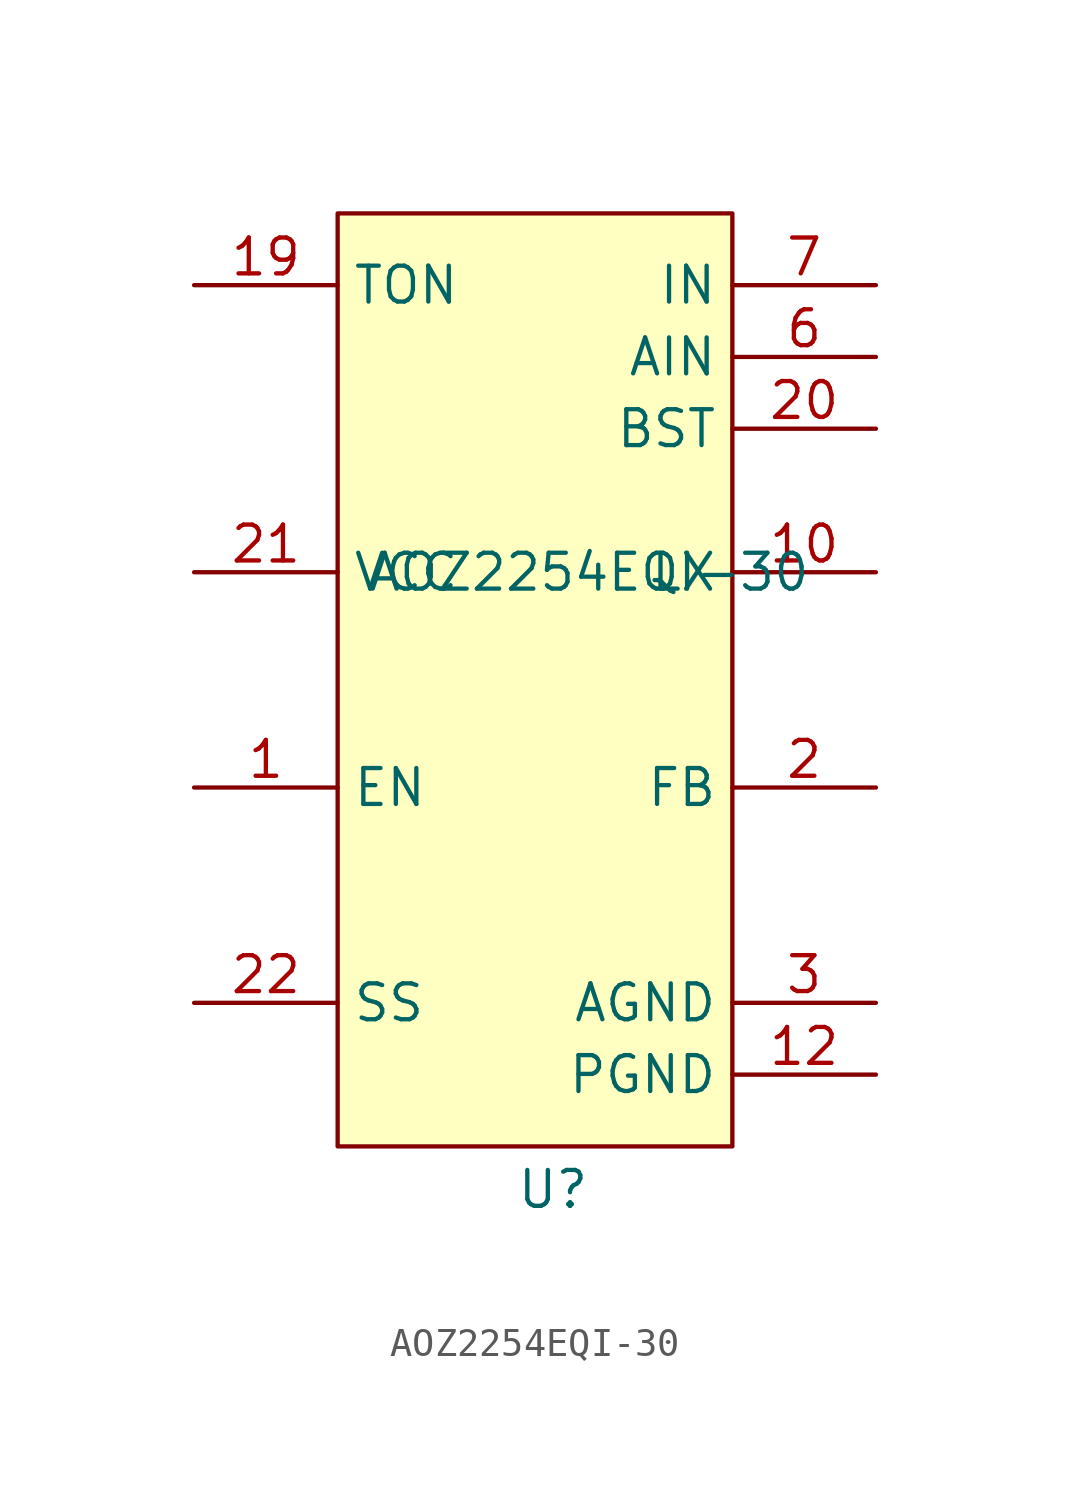
<source format=kicad_sym>
(kicad_symbol_lib
  (version 20231120)
  (generator "kicad_symbol_editor")
  (generator_version "8.0")
  (symbol "AOZ2254EQI-30"
    (property "Reference" "U"
      (at 0 -18.034 0)
      (effects (font (size 1.27 1.27))))
    (property "Value" "AOZ2254EQI-30"
      (at 1.27 3.81 0)
      (effects (font (size 1.27 1.27))))
    (symbol "AOZ2254EQI-30_1_1"
      (rectangle (start -7.62 16.51) (end 6.35 -16.51) (stroke (width 0) (type default)) (fill (type background)))
      (pin input line (at -12.7 -3.81 0) (length 5.08) (name "EN" (effects (font (size 1.27 1.27)))) (number "1" (effects (font (size 1.27 1.27)))))
      (pin output line (at 11.43 3.81 180) (length 5.08) (name "LX" (effects (font (size 1.27 1.27)))) (number "10" (effects (font (size 1.27 1.27)))))
      (pin passive line (at 11.43 3.81 180) (length 5.08) hide (name "LX" (effects (font (size 1.27 1.27)))) (number "11" (effects (font (size 1.27 1.27)))))
      (pin power_in line (at 11.43 -13.97 180) (length 5.08) (name "PGND" (effects (font (size 1.27 1.27)))) (number "12" (effects (font (size 1.27 1.27)))))
      (pin passive line (at 11.43 -13.97 180) (length 5.08) hide (name "PGND" (effects (font (size 1.27 1.27)))) (number "13" (effects (font (size 1.27 1.27)))))
      (pin passive line (at 11.43 -13.97 180) (length 5.08) hide (name "PGND" (effects (font (size 1.27 1.27)))) (number "14" (effects (font (size 1.27 1.27)))))
      (pin passive line (at 11.43 -13.97 180) (length 5.08) hide (name "PGND" (effects (font (size 1.27 1.27)))) (number "15" (effects (font (size 1.27 1.27)))))
      (pin passive line (at 11.43 3.81 180) (length 5.08) hide (name "LX" (effects (font (size 1.27 1.27)))) (number "16" (effects (font (size 1.27 1.27)))))
      (pin passive line (at 11.43 3.81 180) (length 5.08) hide (name "LX" (effects (font (size 1.27 1.27)))) (number "17" (effects (font (size 1.27 1.27)))))
      (pin passive line (at 11.43 3.81 180) (length 5.08) hide (name "LX" (effects (font (size 1.27 1.27)))) (number "18" (effects (font (size 1.27 1.27)))))
      (pin passive line (at -12.7 13.97 0) (length 5.08) (name "TON" (effects (font (size 1.27 1.27)))) (number "19" (effects (font (size 1.27 1.27)))))
      (pin input line (at 11.43 -3.81 180) (length 5.08) (name "FB" (effects (font (size 1.27 1.27)))) (number "2" (effects (font (size 1.27 1.27)))))
      (pin passive line (at 11.43 8.89 180) (length 5.08) (name "BST" (effects (font (size 1.27 1.27)))) (number "20" (effects (font (size 1.27 1.27)))))
      (pin power_out line (at -12.7 3.81 0) (length 5.08) (name "VCC" (effects (font (size 1.27 1.27)))) (number "21" (effects (font (size 1.27 1.27)))))
      (pin passive line (at -12.7 -11.43 0) (length 5.08) (name "SS" (effects (font (size 1.27 1.27)))) (number "22" (effects (font (size 1.27 1.27)))))
      (pin power_in line (at 11.43 -11.43 180) (length 5.08) (name "AGND" (effects (font (size 1.27 1.27)))) (number "3" (effects (font (size 1.27 1.27)))))
      (pin no_connect line (at 6.35 1.27 180) (length 5.08) hide (name "NC" (effects (font (size 1.27 1.27)))) (number "4" (effects (font (size 1.27 1.27)))))
      (pin no_connect line (at 6.35 2.54 180) (length 5.08) hide (name "NC" (effects (font (size 1.27 1.27)))) (number "5" (effects (font (size 1.27 1.27)))))
      (pin power_in line (at 11.43 11.43 180) (length 5.08) (name "AIN" (effects (font (size 1.27 1.27)))) (number "6" (effects (font (size 1.27 1.27)))))
      (pin power_in line (at 11.43 13.97 180) (length 5.08) (name "IN" (effects (font (size 1.27 1.27)))) (number "7" (effects (font (size 1.27 1.27)))))
      (pin passive line (at 11.43 13.97 180) (length 5.08) hide (name "IN" (effects (font (size 1.27 1.27)))) (number "8" (effects (font (size 1.27 1.27)))))
      (pin passive line (at 11.43 13.97 180) (length 5.08) hide (name "IN" (effects (font (size 1.27 1.27)))) (number "9" (effects (font (size 1.27 1.27)))))
      (pin passive line (at 11.43 13.97 180) (length 5.08) hide (name "IN" (effects (font (size 1.27 1.27)))) (number "EP1" (effects (font (size 1.27 1.27)))))
      (pin passive line (at 11.43 3.81 180) (length 5.08) hide (name "LX" (effects (font (size 1.27 1.27)))) (number "EP2" (effects (font (size 1.27 1.27))))))))
</source>
